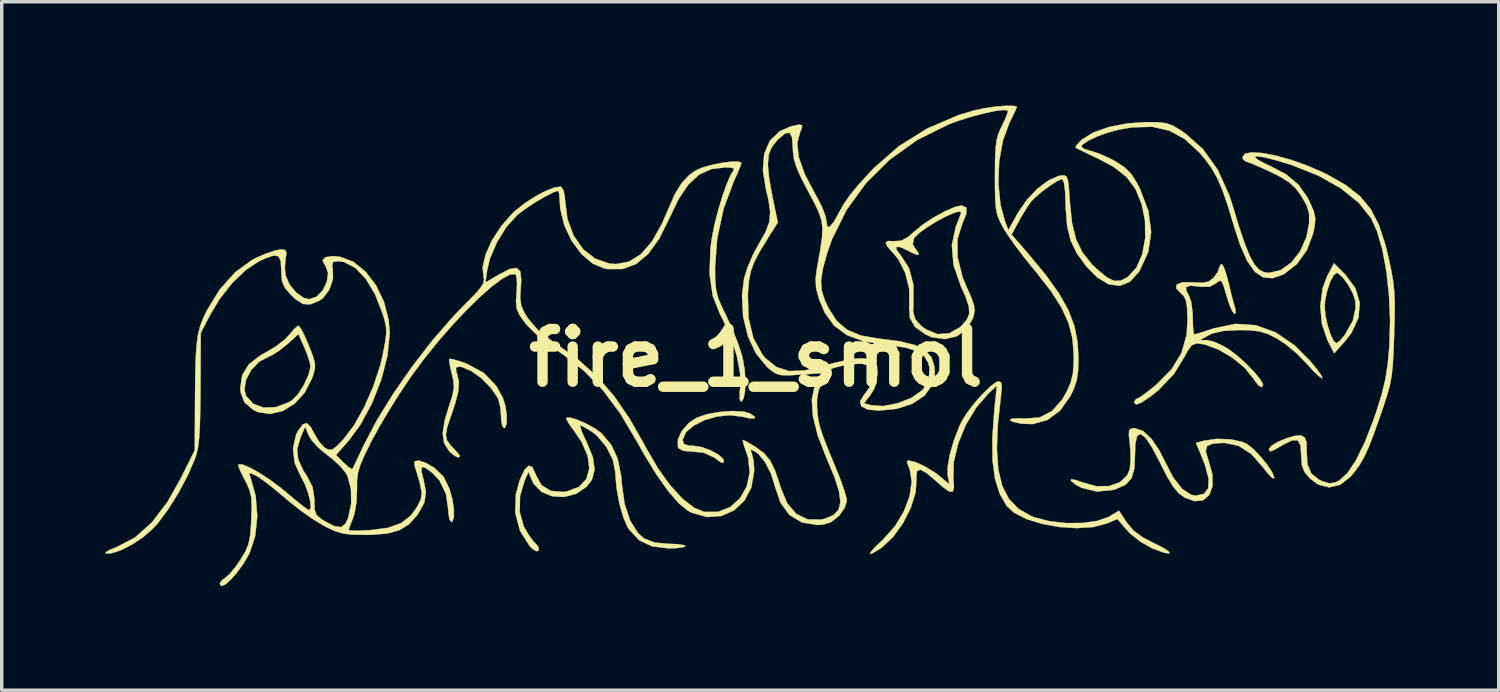
<source format=kicad_pcb>
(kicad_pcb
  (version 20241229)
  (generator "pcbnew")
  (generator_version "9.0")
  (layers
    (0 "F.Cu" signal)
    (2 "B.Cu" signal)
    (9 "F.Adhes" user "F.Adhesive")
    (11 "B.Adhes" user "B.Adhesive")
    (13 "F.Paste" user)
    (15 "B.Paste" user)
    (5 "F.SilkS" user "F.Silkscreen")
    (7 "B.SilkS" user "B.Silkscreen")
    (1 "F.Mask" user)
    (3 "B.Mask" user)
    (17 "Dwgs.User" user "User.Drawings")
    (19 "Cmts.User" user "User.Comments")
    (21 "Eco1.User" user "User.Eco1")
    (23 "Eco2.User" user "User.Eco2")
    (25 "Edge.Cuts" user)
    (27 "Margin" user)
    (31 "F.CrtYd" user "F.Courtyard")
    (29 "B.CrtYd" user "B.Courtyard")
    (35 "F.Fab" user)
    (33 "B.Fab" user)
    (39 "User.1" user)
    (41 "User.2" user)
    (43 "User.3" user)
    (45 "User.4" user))
  (footprint "fire_1_smol"
    (layer "F.Cu")
    (at 18.791 7.288)
    (property "Reference" "fire_1_smol" (at 0 0 0) (layer "F.SilkS") (effects (font (size 1.524 1.524) (thickness 0.3))))
    (attr through_hole)
    (fp_poly (pts (xy -0.362 1.552) (xy -0.174 1.606) (xy -0.036 1.701) (xy -0.048 1.749) (xy -0.195 1.745) (xy -0.406 1.698) (xy -0.755 1.656) (xy -1.129 1.695) (xy -1.49 1.8) (xy -1.8 1.955) (xy -2.022 2.145) (xy -2.116 2.355) (xy -2.117 2.378) (xy -2.082 2.489) (xy -1.949 2.534) (xy -1.809 2.54) (xy -1.579 2.576) (xy -1.325 2.667) (xy -1.099 2.787) (xy -0.956 2.91) (xy -0.931 2.97) (xy -0.948 3.037) (xy -1.02 3.017) (xy -1.182 2.9) (xy -1.208 2.879) (xy -1.514 2.739) (xy -1.815 2.709) (xy -2.092 2.687) (xy -2.234 2.615) (xy -2.258 2.575) (xy -2.259 2.36) (xy -2.144 2.112) (xy -1.943 1.882) (xy -1.722 1.732) (xy -1.422 1.629) (xy -1.057 1.562) (xy -0.684 1.535) (xy -0.362 1.552)) (stroke (width 0.01) (type solid)) (fill yes) (layer "F.SilkS"))
    (fp_poly (pts (xy 17.028 -2.4) (xy 17.315 -2.011) (xy 17.44 -1.591) (xy 17.402 -1.156) (xy 17.201 -0.722) (xy 17.027 -0.497) (xy 16.702 -0.131) (xy 16.507 -0.51) (xy 16.346 -0.98) (xy 16.302 -1.481) (xy 16.425 -1.481) (xy 16.45 -1.217) (xy 16.513 -0.93) (xy 16.599 -0.67) (xy 16.691 -0.485) (xy 16.767 -0.423) (xy 16.858 -0.486) (xy 16.99 -0.639) (xy 17.01 -0.666) (xy 17.242 -1.078) (xy 17.323 -1.459) (xy 17.306 -1.667) (xy 17.232 -1.881) (xy 17.102 -2.116) (xy 16.952 -2.32) (xy 16.818 -2.441) (xy 16.772 -2.455) (xy 16.681 -2.38) (xy 16.583 -2.188) (xy 16.496 -1.928) (xy 16.439 -1.653) (xy 16.425 -1.481) (xy 16.302 -1.481) (xy 16.3 -1.502) (xy 16.368 -2.014) (xy 16.499 -2.362) (xy 16.695 -2.733) (xy 17.028 -2.4)) (stroke (width 0.01) (type solid)) (fill yes) (layer "F.SilkS"))
    (fp_poly (pts (xy -8.771 0.037) (xy -8.57 0.095) (xy -8.354 0.171) (xy -7.865 0.435) (xy -7.499 0.817) (xy -7.311 1.161) (xy -7.239 1.4) (xy -7.203 1.656) (xy -7.205 1.878) (xy -7.246 2.013) (xy -7.281 2.032) (xy -7.334 1.957) (xy -7.364 1.769) (xy -7.366 1.688) (xy -7.389 1.417) (xy -7.447 1.19) (xy -7.461 1.159) (xy -7.662 0.864) (xy -7.931 0.592) (xy -8.224 0.381) (xy -8.496 0.265) (xy -8.587 0.254) (xy -8.67 0.283) (xy -8.659 0.401) (xy -8.63 0.48) (xy -8.584 0.697) (xy -8.602 0.965) (xy -8.691 1.319) (xy -8.812 1.675) (xy -8.922 2.002) (xy -8.962 2.221) (xy -8.93 2.381) (xy -8.822 2.529) (xy -8.763 2.59) (xy -8.622 2.74) (xy -8.553 2.834) (xy -8.551 2.84) (xy -8.602 2.882) (xy -8.73 2.815) (xy -8.875 2.683) (xy -9.012 2.462) (xy -9.051 2.176) (xy -8.993 1.798) (xy -8.871 1.397) (xy -8.771 1.088) (xy -8.73 0.867) (xy -8.741 0.668) (xy -8.789 0.46) (xy -8.844 0.222) (xy -8.867 0.063) (xy -8.862 0.028) (xy -8.771 0.037)) (stroke (width 0.01) (type solid)) (fill yes) (layer "F.SilkS"))
    (fp_poly (pts (xy -13.156 -0.859) (xy -13.055 -0.667) (xy -12.935 -0.396) (xy -12.921 -0.36) (xy -12.804 -0.059) (xy -12.746 0.143) (xy -12.743 0.303) (xy -12.787 0.477) (xy -12.826 0.59) (xy -13.037 1.003) (xy -13.329 1.323) (xy -13.673 1.534) (xy -14.038 1.62) (xy -14.397 1.565) (xy -14.52 1.506) (xy -14.777 1.289) (xy -14.889 0.997) (xy -14.895 0.921) (xy -14.78 0.921) (xy -14.731 1.103) (xy -14.522 1.329) (xy -14.225 1.437) (xy -13.874 1.423) (xy -13.503 1.285) (xy -13.402 1.224) (xy -13.233 1.052) (xy -13.063 0.785) (xy -12.93 0.496) (xy -12.871 0.253) (xy -12.871 0.244) (xy -12.903 0.089) (xy -12.986 -0.149) (xy -13.045 -0.29) (xy -13.22 -0.686) (xy -13.543 -0.394) (xy -13.772 -0.211) (xy -13.986 -0.076) (xy -14.066 -0.041) (xy -14.353 0.111) (xy -14.585 0.351) (xy -14.736 0.636) (xy -14.78 0.921) (xy -14.895 0.921) (xy -14.899 0.864) (xy -14.842 0.493) (xy -14.654 0.188) (xy -14.318 -0.073) (xy -14.158 -0.16) (xy -13.865 -0.335) (xy -13.61 -0.533) (xy -13.481 -0.669) (xy -13.34 -0.838) (xy -13.234 -0.927) (xy -13.219 -0.931) (xy -13.156 -0.859)) (stroke (width 0.01) (type solid)) (fill yes) (layer "F.SilkS"))
    (fp_poly (pts (xy 11.178 2.112) (xy 11.424 2.34) (xy 11.663 2.696) (xy 11.798 2.968) (xy 12.052 3.457) (xy 12.312 3.788) (xy 12.572 3.957) (xy 12.705 3.979) (xy 12.941 3.927) (xy 13.064 3.765) (xy 13.073 3.49) (xy 12.969 3.096) (xy 12.859 2.816) (xy 12.707 2.457) (xy 12.936 2.395) (xy 13.307 2.34) (xy 13.703 2.353) (xy 14.048 2.428) (xy 14.185 2.49) (xy 14.365 2.633) (xy 14.567 2.842) (xy 14.757 3.075) (xy 14.903 3.291) (xy 14.97 3.448) (xy 14.968 3.482) (xy 14.909 3.467) (xy 14.785 3.341) (xy 14.655 3.174) (xy 14.307 2.778) (xy 13.941 2.542) (xy 13.543 2.457) (xy 13.504 2.457) (xy 13.193 2.476) (xy 13.028 2.548) (xy 12.991 2.694) (xy 13.061 2.937) (xy 13.068 2.957) (xy 13.182 3.363) (xy 13.187 3.704) (xy 13.094 3.961) (xy 12.917 4.112) (xy 12.667 4.14) (xy 12.382 4.036) (xy 12.213 3.913) (xy 12.051 3.722) (xy 11.875 3.433) (xy 11.663 3.016) (xy 11.663 3.015) (xy 11.435 2.58) (xy 11.251 2.307) (xy 11.109 2.197) (xy 11.012 2.25) (xy 10.958 2.467) (xy 10.947 2.79) (xy 10.929 3.199) (xy 10.845 3.48) (xy 10.675 3.665) (xy 10.398 3.79) (xy 10.309 3.816) (xy 9.848 3.861) (xy 9.41 3.756) (xy 9.242 3.668) (xy 9.098 3.556) (xy 9.098 3.507) (xy 9.228 3.526) (xy 9.425 3.597) (xy 9.827 3.707) (xy 10.2 3.703) (xy 10.509 3.594) (xy 10.724 3.389) (xy 10.797 3.21) (xy 10.82 2.97) (xy 10.813 2.656) (xy 10.798 2.489) (xy 10.769 2.227) (xy 10.778 2.091) (xy 10.836 2.04) (xy 10.942 2.032) (xy 11.178 2.112)) (stroke (width 0.01) (type solid)) (fill yes) (layer "F.SilkS"))
    (fp_poly (pts (xy 6.071 -4.344) (xy 6.077 -4.169) (xy 5.962 -3.882) (xy 5.957 -3.871) (xy 5.819 -3.426) (xy 5.822 -2.909) (xy 5.963 -2.341) (xy 6.081 -2.052) (xy 6.222 -1.734) (xy 6.296 -1.518) (xy 6.313 -1.356) (xy 6.283 -1.198) (xy 6.264 -1.14) (xy 6.081 -0.824) (xy 5.796 -0.621) (xy 5.448 -0.542) (xy 5.07 -0.599) (xy 4.892 -0.678) (xy 4.592 -0.894) (xy 4.442 -1.154) (xy 4.422 -1.493) (xy 4.429 -1.545) (xy 4.424 -1.992) (xy 4.312 -2.448) (xy 4.112 -2.844) (xy 3.99 -2.994) (xy 3.8 -3.206) (xy 3.799 -3.208) (xy 4.053 -3.208) (xy 4.058 -3.123) (xy 4.165 -2.985) (xy 4.418 -2.594) (xy 4.546 -2.113) (xy 4.548 -1.658) (xy 4.537 -1.333) (xy 4.603 -1.108) (xy 4.773 -0.922) (xy 4.908 -0.822) (xy 5.24 -0.686) (xy 5.58 -0.709) (xy 5.893 -0.887) (xy 5.933 -0.925) (xy 6.087 -1.103) (xy 6.159 -1.276) (xy 6.147 -1.483) (xy 6.053 -1.764) (xy 5.916 -2.071) (xy 5.704 -2.682) (xy 5.656 -3.257) (xy 5.771 -3.795) (xy 5.793 -3.848) (xy 5.876 -4.056) (xy 5.923 -4.186) (xy 5.927 -4.201) (xy 5.863 -4.23) (xy 5.697 -4.181) (xy 5.464 -4.076) (xy 5.199 -3.932) (xy 4.94 -3.772) (xy 4.721 -3.614) (xy 4.58 -3.478) (xy 4.557 -3.444) (xy 4.527 -3.278) (xy 4.621 -3.126) (xy 4.706 -3.002) (xy 4.659 -2.974) (xy 4.491 -3.042) (xy 4.403 -3.09) (xy 4.172 -3.199) (xy 4.053 -3.208) (xy 3.799 -3.208) (xy 3.741 -3.327) (xy 3.812 -3.376) (xy 3.989 -3.371) (xy 4.189 -3.384) (xy 4.384 -3.486) (xy 4.572 -3.65) (xy 4.828 -3.858) (xy 5.143 -4.064) (xy 5.47 -4.241) (xy 5.758 -4.363) (xy 5.943 -4.403) (xy 6.071 -4.344)) (stroke (width 0.01) (type solid)) (fill yes) (layer "F.SilkS"))
    (fp_poly (pts (xy -5.168 1.787) (xy -4.917 1.895) (xy -4.671 2.029) (xy -4.479 2.166) (xy -4.46 2.183) (xy -4.179 2.518) (xy -3.997 2.914) (xy -3.897 3.411) (xy -3.877 3.65) (xy -3.796 4.222) (xy -3.637 4.702) (xy -3.41 5.062) (xy -3.234 5.218) (xy -2.92 5.337) (xy -2.519 5.372) (xy -2.257 5.383) (xy -2.081 5.41) (xy -2.032 5.438) (xy -2.109 5.473) (xy -2.308 5.497) (xy -2.519 5.503) (xy -3 5.446) (xy -3.375 5.27) (xy -3.665 4.961) (xy -3.706 4.898) (xy -3.834 4.609) (xy -3.947 4.213) (xy -4.028 3.774) (xy -4.065 3.355) (xy -4.065 3.308) (xy -4.138 2.941) (xy -4.328 2.566) (xy -4.599 2.247) (xy -4.734 2.14) (xy -4.928 2.019) (xy -5.06 1.952) (xy -5.079 1.947) (xy -5.075 2.015) (xy -5.007 2.194) (xy -4.898 2.425) (xy -4.714 2.869) (xy -4.663 3.227) (xy -4.742 3.522) (xy -4.891 3.719) (xy -5.195 3.927) (xy -5.542 4.018) (xy -5.891 3.998) (xy -6.198 3.871) (xy -6.422 3.641) (xy -6.465 3.556) (xy -6.574 3.296) (xy -6.68 3.528) (xy -6.817 3.988) (xy -6.828 4.452) (xy -6.712 4.864) (xy -6.705 4.879) (xy -6.568 5.114) (xy -6.435 5.293) (xy -6.399 5.329) (xy -6.286 5.462) (xy -6.277 5.563) (xy -6.337 5.588) (xy -6.443 5.531) (xy -6.538 5.44) (xy -6.819 4.996) (xy -6.955 4.488) (xy -6.94 3.946) (xy -6.828 3.534) (xy -6.692 3.24) (xy -6.57 3.115) (xy -6.463 3.157) (xy -6.366 3.366) (xy -6.361 3.384) (xy -6.197 3.677) (xy -5.929 3.843) (xy -5.57 3.873) (xy -5.458 3.857) (xy -5.117 3.727) (xy -4.903 3.501) (xy -4.818 3.196) (xy -4.864 2.83) (xy -5.042 2.422) (xy -5.262 2.101) (xy -5.405 1.904) (xy -5.481 1.767) (xy -5.484 1.731) (xy -5.373 1.725) (xy -5.168 1.787)) (stroke (width 0.01) (type solid)) (fill yes) (layer "F.SilkS"))
    (fp_poly (pts (xy 7.082 0.714) (xy 7.101 0.849) (xy 7.082 1.037) (xy 6.986 1.906) (xy 6.957 2.632) (xy 6.998 3.226) (xy 7.114 3.704) (xy 7.307 4.078) (xy 7.582 4.361) (xy 7.942 4.566) (xy 8.056 4.611) (xy 8.482 4.72) (xy 8.96 4.773) (xy 9.438 4.769) (xy 9.862 4.71) (xy 10.181 4.596) (xy 10.188 4.591) (xy 10.485 4.416) (xy 10.71 4.757) (xy 10.908 4.993) (xy 11.177 5.19) (xy 11.5 5.355) (xy 11.801 5.508) (xy 11.943 5.611) (xy 11.93 5.653) (xy 11.769 5.623) (xy 11.463 5.51) (xy 11.432 5.496) (xy 11.108 5.314) (xy 10.809 5.077) (xy 10.719 4.982) (xy 10.439 4.655) (xy 10.133 4.783) (xy 9.74 4.887) (xy 9.271 4.919) (xy 8.767 4.887) (xy 8.269 4.797) (xy 7.818 4.658) (xy 7.456 4.475) (xy 7.243 4.283) (xy 7.039 3.929) (xy 6.903 3.498) (xy 6.833 2.969) (xy 6.826 2.323) (xy 6.881 1.54) (xy 6.891 1.439) (xy 6.957 0.804) (xy 6.727 1.016) (xy 6.364 1.43) (xy 6.061 1.933) (xy 5.837 2.478) (xy 5.711 3.016) (xy 5.701 3.485) (xy 5.718 3.744) (xy 5.68 3.867) (xy 5.573 3.858) (xy 5.38 3.718) (xy 5.197 3.556) (xy 4.925 3.326) (xy 4.746 3.23) (xy 4.651 3.266) (xy 4.631 3.433) (xy 4.636 3.493) (xy 4.61 3.887) (xy 4.471 4.331) (xy 4.245 4.777) (xy 3.956 5.177) (xy 3.629 5.483) (xy 3.584 5.513) (xy 3.372 5.641) (xy 3.288 5.664) (xy 3.33 5.585) (xy 3.497 5.409) (xy 3.672 5.245) (xy 4.014 4.862) (xy 4.273 4.432) (xy 4.438 3.989) (xy 4.497 3.568) (xy 4.436 3.206) (xy 4.4 3.127) (xy 4.355 2.993) (xy 4.402 2.963) (xy 4.607 3.012) (xy 4.881 3.138) (xy 5.164 3.31) (xy 5.312 3.423) (xy 5.587 3.654) (xy 5.536 3.403) (xy 5.535 3.148) (xy 5.598 2.794) (xy 5.712 2.394) (xy 5.863 1.999) (xy 5.942 1.832) (xy 6.092 1.589) (xy 6.299 1.32) (xy 6.528 1.059) (xy 6.749 0.843) (xy 6.927 0.706) (xy 7.006 0.677) (xy 7.082 0.714)) (stroke (width 0.01) (type solid)) (fill yes) (layer "F.SilkS"))
    (fp_poly (pts (xy 13.508 -2.633) (xy 13.58 -2.434) (xy 13.655 -2.153) (xy 13.658 -2.138) (xy 13.732 -1.826) (xy 13.8 -1.566) (xy 13.846 -1.418) (xy 13.858 -1.297) (xy 13.821 -1.27) (xy 13.757 -1.345) (xy 13.672 -1.54) (xy 13.594 -1.785) (xy 13.513 -2.062) (xy 13.453 -2.202) (xy 13.393 -2.231) (xy 13.312 -2.176) (xy 13.288 -2.155) (xy 13.112 -2.058) (xy 12.866 -2.053) (xy 12.8 -2.062) (xy 12.535 -2.085) (xy 12.418 -2.04) (xy 12.438 -1.919) (xy 12.491 -1.833) (xy 12.569 -1.627) (xy 12.611 -1.313) (xy 12.615 -1.166) (xy 12.622 -0.904) (xy 12.641 -0.727) (xy 12.66 -0.677) (xy 12.758 -0.702) (xy 12.969 -0.768) (xy 13.227 -0.853) (xy 13.844 -0.982) (xy 14.438 -0.943) (xy 15.007 -0.737) (xy 15.555 -0.364) (xy 15.997 0.079) (xy 16.192 0.315) (xy 16.321 0.494) (xy 16.364 0.586) (xy 16.356 0.593) (xy 16.261 0.533) (xy 16.095 0.375) (xy 15.893 0.152) (xy 15.884 0.142) (xy 15.607 -0.139) (xy 15.285 -0.404) (xy 15.052 -0.557) (xy 14.781 -0.692) (xy 14.538 -0.767) (xy 14.25 -0.798) (xy 13.97 -0.803) (xy 13.51 -0.779) (xy 13.187 -0.707) (xy 13.081 -0.658) (xy 12.827 -0.515) (xy 13.045 -0.511) (xy 13.238 -0.463) (xy 13.495 -0.344) (xy 13.66 -0.246) (xy 13.897 -0.066) (xy 14.149 0.16) (xy 14.38 0.396) (xy 14.556 0.606) (xy 14.644 0.754) (xy 14.647 0.777) (xy 14.609 0.849) (xy 14.512 0.793) (xy 14.384 0.625) (xy 14.368 0.599) (xy 14.117 0.288) (xy 13.765 -0.001) (xy 13.364 -0.237) (xy 12.969 -0.385) (xy 12.734 -0.42) (xy 12.588 -0.367) (xy 12.453 -0.184) (xy 12.395 -0.064) (xy 12.076 0.461) (xy 11.62 0.939) (xy 11.396 1.115) (xy 11.138 1.288) (xy 10.987 1.349) (xy 10.925 1.304) (xy 10.922 1.27) (xy 10.98 1.188) (xy 10.997 1.185) (xy 11.095 1.134) (xy 11.282 1) (xy 11.52 0.81) (xy 11.552 0.783) (xy 11.998 0.335) (xy 12.289 -0.139) (xy 12.439 -0.668) (xy 12.465 -1.129) (xy 12.451 -1.458) (xy 12.417 -1.665) (xy 12.35 -1.793) (xy 12.268 -1.869) (xy 12.134 -2.016) (xy 12.155 -2.123) (xy 12.32 -2.182) (xy 12.617 -2.182) (xy 12.634 -2.18) (xy 12.91 -2.168) (xy 13.084 -2.209) (xy 13.216 -2.314) (xy 13.336 -2.479) (xy 13.377 -2.598) (xy 13.423 -2.7) (xy 13.453 -2.709) (xy 13.508 -2.633)) (stroke (width 0.01) (type solid)) (fill yes) (layer "F.SilkS"))
    (fp_poly (pts (xy 7.529 -7.259) (xy 7.535 -7.247) (xy 7.5 -7.159) (xy 7.409 -6.968) (xy 7.325 -6.802) (xy 7.134 -6.287) (xy 7.024 -5.681) (xy 6.999 -5.041) (xy 7.061 -4.426) (xy 7.193 -3.941) (xy 7.29 -3.691) (xy 7.569 -4.195) (xy 7.819 -4.561) (xy 8.125 -4.883) (xy 8.448 -5.126) (xy 8.75 -5.258) (xy 8.814 -5.269) (xy 8.908 -5.272) (xy 8.97 -5.237) (xy 9.01 -5.131) (xy 9.036 -4.924) (xy 9.06 -4.587) (xy 9.066 -4.487) (xy 9.128 -3.895) (xy 9.245 -3.426) (xy 9.432 -3.041) (xy 9.708 -2.697) (xy 9.849 -2.561) (xy 10.13 -2.329) (xy 10.349 -2.223) (xy 10.546 -2.233) (xy 10.743 -2.34) (xy 10.988 -2.607) (xy 11.157 -2.991) (xy 11.242 -3.454) (xy 11.236 -3.957) (xy 11.141 -4.435) (xy 10.962 -4.876) (xy 10.702 -5.226) (xy 10.331 -5.517) (xy 9.915 -5.739) (xy 9.616 -5.881) (xy 9.379 -5.996) (xy 9.244 -6.066) (xy 9.229 -6.076) (xy 9.258 -6.147) (xy 9.383 -6.278) (xy 9.422 -6.313) (xy 9.754 -6.515) (xy 10.208 -6.673) (xy 10.743 -6.775) (xy 11.273 -6.81) (xy 11.614 -6.806) (xy 11.85 -6.778) (xy 12.046 -6.707) (xy 12.267 -6.574) (xy 12.395 -6.487) (xy 12.913 -6.028) (xy 13.339 -5.43) (xy 13.671 -4.698) (xy 13.763 -4.414) (xy 13.955 -3.782) (xy 14.118 -3.297) (xy 14.263 -2.942) (xy 14.398 -2.698) (xy 14.533 -2.548) (xy 14.678 -2.473) (xy 14.817 -2.455) (xy 15.155 -2.535) (xy 15.464 -2.754) (xy 15.721 -3.084) (xy 15.901 -3.494) (xy 15.977 -3.888) (xy 15.977 -4.161) (xy 15.911 -4.396) (xy 15.755 -4.672) (xy 15.588 -4.899) (xy 15.394 -5.076) (xy 15.124 -5.242) (xy 14.865 -5.371) (xy 14.561 -5.51) (xy 14.313 -5.616) (xy 14.162 -5.669) (xy 14.142 -5.673) (xy 14.065 -5.741) (xy 14.055 -5.8) (xy 14.128 -5.9) (xy 14.33 -5.937) (xy 14.636 -5.916) (xy 15.019 -5.842) (xy 15.454 -5.721) (xy 15.915 -5.557) (xy 16.378 -5.357) (xy 16.507 -5.293) (xy 17.037 -4.992) (xy 17.444 -4.673) (xy 17.753 -4.304) (xy 17.989 -3.85) (xy 18.177 -3.278) (xy 18.262 -2.934) (xy 18.346 -2.547) (xy 18.403 -2.223) (xy 18.436 -1.916) (xy 18.45 -1.578) (xy 18.447 -1.162) (xy 18.434 -0.677) (xy 18.415 -0.166) (xy 18.393 0.221) (xy 18.359 0.53) (xy 18.306 0.806) (xy 18.226 1.095) (xy 18.112 1.443) (xy 18.052 1.616) (xy 17.867 2.142) (xy 17.715 2.538) (xy 17.581 2.838) (xy 17.448 3.074) (xy 17.302 3.279) (xy 17.177 3.428) (xy 16.878 3.666) (xy 16.554 3.742) (xy 16.23 3.655) (xy 15.995 3.478) (xy 15.84 3.292) (xy 15.767 3.095) (xy 15.748 2.81) (xy 15.748 2.801) (xy 15.726 2.519) (xy 15.646 2.383) (xy 15.487 2.382) (xy 15.228 2.508) (xy 15.174 2.54) (xy 14.961 2.664) (xy 14.854 2.702) (xy 14.819 2.664) (xy 14.817 2.632) (xy 14.89 2.539) (xy 15.072 2.429) (xy 15.309 2.327) (xy 15.544 2.256) (xy 15.722 2.238) (xy 15.747 2.243) (xy 15.854 2.306) (xy 15.901 2.435) (xy 15.906 2.68) (xy 15.906 2.697) (xy 15.93 3.081) (xy 16.045 3.345) (xy 16.267 3.522) (xy 16.349 3.559) (xy 16.565 3.626) (xy 16.737 3.598) (xy 16.839 3.547) (xy 17.077 3.336) (xy 17.326 2.965) (xy 17.582 2.445) (xy 17.84 1.783) (xy 17.905 1.593) (xy 18.07 1.069) (xy 18.179 0.62) (xy 18.249 0.166) (xy 18.294 -0.337) (xy 18.316 -1.062) (xy 18.286 -1.791) (xy 18.211 -2.49) (xy 18.094 -3.123) (xy 17.94 -3.656) (xy 17.768 -4.033) (xy 17.409 -4.482) (xy 16.899 -4.895) (xy 16.256 -5.259) (xy 15.494 -5.564) (xy 15.416 -5.589) (xy 14.986 -5.718) (xy 14.669 -5.797) (xy 14.472 -5.825) (xy 14.405 -5.803) (xy 14.479 -5.733) (xy 14.702 -5.614) (xy 14.843 -5.549) (xy 15.318 -5.298) (xy 15.665 -5.008) (xy 15.923 -4.644) (xy 15.998 -4.496) (xy 16.111 -4.234) (xy 16.155 -4.035) (xy 16.139 -3.816) (xy 16.093 -3.594) (xy 15.915 -3.116) (xy 15.624 -2.71) (xy 15.253 -2.42) (xy 15.232 -2.409) (xy 14.922 -2.301) (xy 14.651 -2.324) (xy 14.409 -2.487) (xy 14.189 -2.797) (xy 13.983 -3.261) (xy 13.805 -3.81) (xy 13.629 -4.393) (xy 13.473 -4.844) (xy 13.319 -5.2) (xy 13.151 -5.494) (xy 12.954 -5.76) (xy 12.815 -5.923) (xy 12.391 -6.316) (xy 11.944 -6.564) (xy 11.445 -6.676) (xy 10.867 -6.659) (xy 10.482 -6.594) (xy 10.16 -6.507) (xy 9.85 -6.394) (xy 9.594 -6.273) (xy 9.432 -6.162) (xy 9.398 -6.104) (xy 9.472 -6.04) (xy 9.651 -5.982) (xy 9.673 -5.978) (xy 9.902 -5.905) (xy 10.194 -5.776) (xy 10.387 -5.674) (xy 10.65 -5.502) (xy 10.84 -5.312) (xy 11.007 -5.046) (xy 11.09 -4.884) (xy 11.334 -4.24) (xy 11.414 -3.632) (xy 11.329 -3.058) (xy 11.079 -2.514) (xy 11.057 -2.479) (xy 10.801 -2.2) (xy 10.508 -2.082) (xy 10.188 -2.125) (xy 9.85 -2.327) (xy 9.541 -2.642) (xy 9.265 -3.021) (xy 9.087 -3.39) (xy 8.987 -3.804) (xy 8.946 -4.318) (xy 8.944 -4.422) (xy 8.927 -4.818) (xy 8.893 -5.069) (xy 8.844 -5.164) (xy 8.839 -5.165) (xy 8.711 -5.114) (xy 8.507 -4.985) (xy 8.275 -4.815) (xy 8.066 -4.638) (xy 7.951 -4.521) (xy 7.833 -4.354) (xy 7.681 -4.107) (xy 7.599 -3.962) (xy 7.382 -3.563) (xy 7.88 -2.988) (xy 8.378 -2.385) (xy 8.755 -1.857) (xy 9.024 -1.377) (xy 9.197 -0.918) (xy 9.289 -0.451) (xy 9.313 -0.009) (xy 9.303 0.371) (xy 9.263 0.652) (xy 9.178 0.902) (xy 9.078 1.108) (xy 8.784 1.523) (xy 8.417 1.794) (xy 7.991 1.913) (xy 7.673 1.902) (xy 7.421 1.848) (xy 7.33 1.795) (xy 7.391 1.756) (xy 7.594 1.745) (xy 7.766 1.755) (xy 8.188 1.723) (xy 8.546 1.54) (xy 8.846 1.2) (xy 8.975 0.974) (xy 9.091 0.706) (xy 9.154 0.446) (xy 9.177 0.125) (xy 9.177 -0.105) (xy 9.139 -0.569) (xy 9.027 -1.005) (xy 8.828 -1.444) (xy 8.526 -1.918) (xy 8.107 -2.459) (xy 8.015 -2.569) (xy 7.732 -2.919) (xy 7.464 -3.273) (xy 7.247 -3.584) (xy 7.142 -3.754) (xy 7.041 -3.947) (xy 6.973 -4.117) (xy 6.931 -4.306) (xy 6.91 -4.553) (xy 6.902 -4.9) (xy 6.901 -5.249) (xy 6.904 -5.706) (xy 6.918 -6.034) (xy 6.946 -6.272) (xy 6.996 -6.462) (xy 7.073 -6.643) (xy 7.106 -6.709) (xy 7.214 -6.939) (xy 7.273 -7.1) (xy 7.275 -7.145) (xy 7.155 -7.162) (xy 6.914 -7.133) (xy 6.59 -7.064) (xy 6.221 -6.967) (xy 5.846 -6.849) (xy 5.552 -6.74) (xy 4.659 -6.296) (xy 3.863 -5.727) (xy 3.177 -5.048) (xy 2.616 -4.276) (xy 2.193 -3.424) (xy 2.044 -2.993) (xy 1.926 -2.557) (xy 1.877 -2.225) (xy 1.897 -1.943) (xy 1.989 -1.659) (xy 2.095 -1.433) (xy 2.332 -1.067) (xy 2.629 -0.812) (xy 3.019 -0.648) (xy 3.536 -0.556) (xy 3.591 -0.551) (xy 4.169 -0.476) (xy 4.596 -0.369) (xy 4.891 -0.218) (xy 5.071 -0.011) (xy 5.154 0.262) (xy 5.165 0.443) (xy 5.086 0.796) (xy 4.863 1.094) (xy 4.518 1.324) (xy 4.069 1.472) (xy 3.545 1.524) (xy 3.221 1.491) (xy 3.038 1.397) (xy 3.005 1.251) (xy 3.115 1.077) (xy 3.28 0.85) (xy 3.383 0.646) (xy 3.424 0.399) (xy 3.324 0.242) (xy 3.079 0.174) (xy 2.974 0.17) (xy 2.736 0.187) (xy 2.479 0.23) (xy 2.251 0.288) (xy 2.097 0.348) (xy 2.064 0.399) (xy 2.051 0.491) (xy 1.959 0.659) (xy 1.927 0.705) (xy 1.807 0.93) (xy 1.761 1.195) (xy 1.762 1.416) (xy 1.776 1.628) (xy 1.805 1.825) (xy 1.859 2.039) (xy 1.949 2.303) (xy 2.084 2.65) (xy 2.276 3.113) (xy 2.32 3.217) (xy 2.455 3.559) (xy 2.559 3.862) (xy 2.617 4.079) (xy 2.623 4.134) (xy 2.566 4.318) (xy 2.423 4.529) (xy 2.377 4.579) (xy 2.159 4.751) (xy 1.919 4.819) (xy 1.763 4.826) (xy 1.319 4.753) (xy 0.965 4.538) (xy 0.706 4.185) (xy 0.55 3.725) (xy 0.432 3.346) (xy 0.259 3.01) (xy 0.062 2.771) (xy -0.005 2.722) (xy -0.136 2.652) (xy -0.154 2.686) (xy -0.121 2.764) (xy -0.076 2.948) (xy -0.055 3.207) (xy -0.055 3.272) (xy -0.135 3.742) (xy -0.337 4.126) (xy -0.636 4.406) (xy -1.004 4.569) (xy -1.417 4.598) (xy -1.848 4.478) (xy -1.972 4.414) (xy -2.231 4.203) (xy -2.536 3.852) (xy -2.873 3.377) (xy -3.23 2.795) (xy -3.434 2.431) (xy -3.917 1.617) (xy -4.418 0.943) (xy -4.961 0.382) (xy -5.572 -0.095) (xy -5.658 -0.153) (xy -6.029 -0.418) (xy -6.364 -0.695) (xy -6.616 -0.943) (xy -6.675 -1.014) (xy -6.839 -1.246) (xy -6.918 -1.431) (xy -6.935 -1.645) (xy -6.918 -1.882) (xy -6.906 -2.153) (xy -6.921 -2.349) (xy -6.948 -2.416) (xy -7.095 -2.413) (xy -7.328 -2.29) (xy -7.63 -2.064) (xy -7.984 -1.752) (xy -8.375 -1.369) (xy -8.786 -0.931) (xy -9.2 -0.455) (xy -9.601 0.043) (xy -9.972 0.547) (xy -9.978 0.555) (xy -10.283 1.009) (xy -10.596 1.507) (xy -10.882 1.989) (xy -11.105 2.398) (xy -11.113 2.413) (xy -11.304 2.799) (xy -11.427 3.081) (xy -11.496 3.306) (xy -11.526 3.518) (xy -11.528 3.762) (xy -11.528 3.791) (xy -11.544 4.174) (xy -11.603 4.51) (xy -11.642 4.627) (xy -11.723 4.832) (xy -11.766 4.961) (xy -11.769 4.974) (xy -11.691 4.99) (xy -11.486 4.992) (xy -11.196 4.981) (xy -11.143 4.977) (xy -10.633 4.91) (xy -10.251 4.772) (xy -9.966 4.548) (xy -9.792 4.304) (xy -9.683 4.083) (xy -9.657 3.897) (xy -9.705 3.653) (xy -9.711 3.627) (xy -9.785 3.366) (xy -9.851 3.157) (xy -9.867 3.111) (xy -9.866 2.992) (xy -9.751 2.965) (xy -9.551 3.028) (xy -9.3 3.172) (xy -9.027 3.434) (xy -8.857 3.78) (xy -8.772 4.091) (xy -8.729 4.381) (xy -8.73 4.609) (xy -8.776 4.731) (xy -8.805 4.741) (xy -8.858 4.666) (xy -8.888 4.478) (xy -8.89 4.4) (xy -8.957 3.936) (xy -9.145 3.541) (xy -9.357 3.316) (xy -9.56 3.173) (xy -9.659 3.158) (xy -9.666 3.279) (xy -9.608 3.507) (xy -9.536 3.874) (xy -9.582 4.182) (xy -9.758 4.5) (xy -9.795 4.551) (xy -10.029 4.809) (xy -10.301 4.978) (xy -10.65 5.074) (xy -11.115 5.112) (xy -11.261 5.114) (xy -11.638 5.108) (xy -11.91 5.079) (xy -12.142 5.013) (xy -12.398 4.896) (xy -12.488 4.849) (xy -12.796 4.663) (xy -13.158 4.408) (xy -13.509 4.131) (xy -13.589 4.062) (xy -13.882 3.814) (xy -14.156 3.598) (xy -14.368 3.448) (xy -14.427 3.413) (xy -14.59 3.334) (xy -14.639 3.342) (xy -14.608 3.442) (xy -14.456 3.986) (xy -14.409 4.572) (xy -14.467 5.141) (xy -14.629 5.637) (xy -14.642 5.663) (xy -14.807 5.945) (xy -14.994 6.202) (xy -15.179 6.412) (xy -15.339 6.551) (xy -15.452 6.595) (xy -15.494 6.522) (xy -15.428 6.421) (xy -15.335 6.356) (xy -15.205 6.241) (xy -15.033 6.031) (xy -14.895 5.832) (xy -14.753 5.594) (xy -14.665 5.382) (xy -14.615 5.139) (xy -14.588 4.805) (xy -14.581 4.665) (xy -14.57 4.293) (xy -14.582 4.034) (xy -14.629 3.83) (xy -14.717 3.625) (xy -14.77 3.524) (xy -14.887 3.292) (xy -14.953 3.128) (xy -14.959 3.077) (xy -14.847 3.076) (xy -14.636 3.162) (xy -14.357 3.317) (xy -14.042 3.522) (xy -13.725 3.758) (xy -13.572 3.885) (xy -13.304 4.11) (xy -13.084 4.286) (xy -12.942 4.387) (xy -12.909 4.403) (xy -12.864 4.333) (xy -12.877 4.156) (xy -12.935 3.917) (xy -13.027 3.663) (xy -13.142 3.441) (xy -13.156 3.419) (xy -13.331 3.032) (xy -13.374 2.633) (xy -13.255 2.633) (xy -13.228 2.929) (xy -13.078 3.255) (xy -12.975 3.414) (xy -12.81 3.731) (xy -12.759 4.075) (xy -12.759 4.138) (xy -12.751 4.389) (xy -12.694 4.541) (xy -12.552 4.661) (xy -12.457 4.72) (xy -12.176 4.864) (xy -11.989 4.889) (xy -11.862 4.792) (xy -11.786 4.629) (xy -11.696 4.219) (xy -11.702 3.795) (xy -11.799 3.425) (xy -11.847 3.332) (xy -12.013 3.129) (xy -12.256 2.906) (xy -12.405 2.793) (xy -12.65 2.591) (xy -12.845 2.371) (xy -12.914 2.255) (xy -13.027 1.99) (xy -13.166 2.319) (xy -13.255 2.633) (xy -13.374 2.633) (xy -13.376 2.612) (xy -13.287 2.216) (xy -13.232 2.109) (xy -13.092 1.919) (xy -12.972 1.887) (xy -12.853 2.015) (xy -12.766 2.182) (xy -12.628 2.414) (xy -12.472 2.587) (xy -12.441 2.609) (xy -12.329 2.66) (xy -12.225 2.639) (xy -12.086 2.526) (xy -11.923 2.355) (xy -11.614 1.948) (xy -11.318 1.422) (xy -11.058 0.828) (xy -10.857 0.217) (xy -10.785 -0.085) (xy -10.716 -0.442) (xy -10.684 -0.691) (xy -10.688 -0.887) (xy -10.73 -1.086) (xy -10.787 -1.277) (xy -11.008 -1.838) (xy -11.275 -2.284) (xy -11.576 -2.599) (xy -11.897 -2.768) (xy -12.079 -2.794) (xy -12.222 -2.769) (xy -12.244 -2.66) (xy -12.228 -2.587) (xy -12.222 -2.28) (xy -12.327 -1.969) (xy -12.513 -1.723) (xy -12.618 -1.65) (xy -12.878 -1.545) (xy -13.087 -1.556) (xy -13.3 -1.692) (xy -13.428 -1.812) (xy -13.606 -2.014) (xy -13.691 -2.203) (xy -13.715 -2.461) (xy -13.716 -2.532) (xy -13.732 -2.797) (xy -13.796 -2.936) (xy -13.937 -2.958) (xy -14.18 -2.873) (xy -14.358 -2.79) (xy -14.742 -2.537) (xy -15.134 -2.159) (xy -15.498 -1.697) (xy -15.761 -1.26) (xy -16.042 -0.72) (xy -16.049 0.889) (xy -16.055 1.502) (xy -16.068 1.973) (xy -16.09 2.327) (xy -16.122 2.593) (xy -16.168 2.797) (xy -16.197 2.885) (xy -16.403 3.368) (xy -16.674 3.88) (xy -16.977 4.367) (xy -17.279 4.773) (xy -17.417 4.927) (xy -17.704 5.177) (xy -18.033 5.396) (xy -18.359 5.562) (xy -18.638 5.65) (xy -18.781 5.653) (xy -18.786 5.614) (xy -18.659 5.539) (xy -18.457 5.458) (xy -17.938 5.187) (xy -17.453 4.754) (xy -17 4.157) (xy -16.637 3.514) (xy -16.214 2.667) (xy -16.207 1.143) (xy -16.201 0.515) (xy -16.188 0.026) (xy -16.164 -0.352) (xy -16.125 -0.649) (xy -16.066 -0.895) (xy -15.984 -1.119) (xy -15.875 -1.351) (xy -15.873 -1.355) (xy -15.495 -1.973) (xy -15.049 -2.472) (xy -14.557 -2.83) (xy -14.441 -2.89) (xy -14.146 -3.016) (xy -13.885 -3.103) (xy -13.73 -3.133) (xy -13.597 -3.113) (xy -13.565 -3.019) (xy -13.589 -2.879) (xy -13.613 -2.607) (xy -13.593 -2.388) (xy -13.48 -2.124) (xy -13.288 -1.889) (xy -13.065 -1.731) (xy -12.914 -1.693) (xy -12.696 -1.766) (xy -12.516 -1.952) (xy -12.398 -2.197) (xy -12.364 -2.452) (xy -12.439 -2.665) (xy -12.463 -2.692) (xy -12.525 -2.819) (xy -12.445 -2.905) (xy -12.248 -2.94) (xy -12.021 -2.921) (xy -11.631 -2.774) (xy -11.277 -2.488) (xy -10.976 -2.092) (xy -10.748 -1.617) (xy -10.613 -1.091) (xy -10.583 -0.71) (xy -10.647 -0.07) (xy -10.823 0.62) (xy -11.091 1.306) (xy -11.43 1.934) (xy -11.776 2.401) (xy -12.133 2.807) (xy -11.911 3.029) (xy -11.762 3.163) (xy -11.671 3.216) (xy -11.663 3.213) (xy -11.618 3.124) (xy -11.52 2.92) (xy -11.388 2.639) (xy -11.343 2.543) (xy -10.965 1.82) (xy -10.484 1.04) (xy -9.931 0.246) (xy -9.34 -0.517) (xy -8.742 -1.203) (xy -8.439 -1.515) (xy -8.148 -1.809) (xy -7.966 -2.016) (xy -7.875 -2.161) (xy -7.857 -2.27) (xy -7.868 -2.315) (xy -7.899 -2.616) (xy -7.813 -2.988) (xy -7.629 -3.396) (xy -7.361 -3.807) (xy -7.026 -4.186) (xy -6.977 -4.232) (xy -6.707 -4.449) (xy -6.398 -4.651) (xy -6.091 -4.816) (xy -5.827 -4.921) (xy -5.648 -4.946) (xy -5.63 -4.941) (xy -5.56 -4.838) (xy -5.521 -4.632) (xy -5.519 -4.575) (xy -5.45 -4.017) (xy -5.271 -3.532) (xy -4.998 -3.141) (xy -4.647 -2.865) (xy -4.236 -2.724) (xy -4.054 -2.71) (xy -3.675 -2.778) (xy -3.331 -2.99) (xy -3.015 -3.351) (xy -2.72 -3.87) (xy -2.545 -4.276) (xy -2.347 -4.725) (xy -2.151 -5.047) (xy -1.93 -5.281) (xy -1.745 -5.413) (xy -1.556 -5.496) (xy -1.294 -5.571) (xy -1.004 -5.631) (xy -0.733 -5.667) (xy -0.525 -5.673) (xy -0.426 -5.64) (xy -0.423 -5.629) (xy -0.457 -5.522) (xy -0.545 -5.313) (xy -0.64 -5.105) (xy -0.934 -4.32) (xy -1.121 -3.461) (xy -1.185 -2.609) (xy -1.18 -2.233) (xy -1.154 -1.958) (xy -1.09 -1.717) (xy -0.973 -1.442) (xy -0.846 -1.183) (xy -0.669 -0.798) (xy -0.51 -0.391) (xy -0.398 -0.04) (xy -0.384 0.016) (xy -0.329 0.341) (xy -0.308 0.67) (xy -0.319 0.963) (xy -0.36 1.176) (xy -0.428 1.269) (xy -0.438 1.27) (xy -0.472 1.195) (xy -0.473 1.001) (xy -0.458 0.853) (xy -0.462 0.436) (xy -0.558 -0.067) (xy -0.734 -0.609) (xy -0.977 -1.143) (xy -1.034 -1.246) (xy -1.25 -1.784) (xy -1.344 -2.418) (xy -1.317 -3.16) (xy -1.278 -3.457) (xy -1.204 -3.834) (xy -1.099 -4.249) (xy -0.976 -4.659) (xy -0.849 -5.019) (xy -0.732 -5.286) (xy -0.668 -5.387) (xy -0.634 -5.464) (xy -0.72 -5.497) (xy -0.881 -5.503) (xy -1.293 -5.453) (xy -1.646 -5.293) (xy -1.956 -5.007) (xy -2.241 -4.581) (xy -2.494 -4.055) (xy -2.795 -3.447) (xy -3.116 -3.001) (xy -3.466 -2.71) (xy -3.854 -2.567) (xy -4.289 -2.565) (xy -4.368 -2.578) (xy -4.72 -2.724) (xy -5.048 -3.004) (xy -5.328 -3.383) (xy -5.539 -3.828) (xy -5.656 -4.302) (xy -5.673 -4.545) (xy -5.685 -4.735) (xy -5.714 -4.825) (xy -5.718 -4.826) (xy -5.856 -4.781) (xy -6.086 -4.664) (xy -6.361 -4.503) (xy -6.636 -4.324) (xy -6.865 -4.155) (xy -6.903 -4.123) (xy -7.213 -3.779) (xy -7.486 -3.338) (xy -7.687 -2.869) (xy -7.767 -2.535) (xy -7.815 -2.179) (xy -7.42 -2.411) (xy -7.114 -2.567) (xy -6.916 -2.599) (xy -6.811 -2.497) (xy -6.783 -2.252) (xy -6.796 -2.034) (xy -6.813 -1.726) (xy -6.783 -1.507) (xy -6.69 -1.299) (xy -6.607 -1.162) (xy -6.327 -0.832) (xy -5.897 -0.487) (xy -5.748 -0.386) (xy -5.124 0.062) (xy -4.585 0.547) (xy -4.103 1.101) (xy -3.653 1.756) (xy -3.205 2.544) (xy -3.167 2.618) (xy -2.835 3.19) (xy -2.482 3.679) (xy -2.128 4.066) (xy -1.789 4.33) (xy -1.497 4.449) (xy -1.095 4.448) (xy -0.743 4.307) (xy -0.462 4.054) (xy -0.269 3.715) (xy -0.185 3.319) (xy -0.226 2.892) (xy -0.285 2.712) (xy -0.359 2.506) (xy -0.385 2.385) (xy -0.379 2.371) (xy -0.287 2.412) (xy -0.106 2.517) (xy -0.001 2.582) (xy 0.23 2.754) (xy 0.404 2.962) (xy 0.546 3.247) (xy 0.683 3.649) (xy 0.712 3.75) (xy 0.902 4.202) (xy 1.166 4.51) (xy 1.496 4.668) (xy 1.883 4.67) (xy 1.99 4.646) (xy 2.234 4.544) (xy 2.383 4.39) (xy 2.437 4.164) (xy 2.395 3.85) (xy 2.26 3.43) (xy 2.035 2.896) (xy 1.784 2.251) (xy 1.642 1.681) (xy 1.611 1.2) (xy 1.694 0.823) (xy 1.766 0.694) (xy 1.947 0.439) (xy 1.286 0.485) (xy 0.95 0.504) (xy 0.732 0.499) (xy 0.58 0.458) (xy 0.442 0.368) (xy 0.323 0.266) (xy 0.001 -0.121) (xy -0.235 -0.62) (xy -0.374 -1.192) (xy -0.406 -1.798) (xy -0.399 -1.859) (xy -0.237 -1.859) (xy -0.219 -1.162) (xy -0.078 -0.572) (xy 0.183 -0.096) (xy 0.273 0.011) (xy 0.589 0.265) (xy 0.956 0.382) (xy 1.399 0.364) (xy 1.693 0.298) (xy 2.224 0.155) (xy 2.621 0.063) (xy 2.913 0.019) (xy 3.126 0.017) (xy 3.279 0.05) (xy 3.431 0.127) (xy 3.496 0.25) (xy 3.507 0.48) (xy 3.427 0.866) (xy 3.309 1.068) (xy 3.118 1.311) (xy 3.316 1.367) (xy 3.67 1.393) (xy 4.099 1.308) (xy 4.487 1.156) (xy 4.811 0.928) (xy 4.989 0.634) (xy 5.012 0.294) (xy 4.973 0.142) (xy 4.857 -0.051) (xy 4.646 -0.193) (xy 4.318 -0.296) (xy 3.85 -0.367) (xy 3.725 -0.38) (xy 3.106 -0.48) (xy 2.623 -0.658) (xy 2.256 -0.929) (xy 1.984 -1.306) (xy 1.819 -1.699) (xy 1.735 -2.009) (xy 1.719 -2.284) (xy 1.763 -2.611) (xy 1.852 -3.099) (xy 1.905 -3.462) (xy 1.919 -3.741) (xy 1.889 -3.978) (xy 1.809 -4.214) (xy 1.676 -4.491) (xy 1.514 -4.794) (xy 1.306 -5.192) (xy 1.173 -5.489) (xy 1.098 -5.728) (xy 1.067 -5.951) (xy 1.062 -6.072) (xy 1.039 -6.368) (xy 0.968 -6.504) (xy 0.838 -6.483) (xy 0.636 -6.311) (xy 0.584 -6.256) (xy 0.445 -6.072) (xy 0.364 -5.859) (xy 0.341 -5.587) (xy 0.373 -5.224) (xy 0.458 -4.738) (xy 0.483 -4.612) (xy 0.628 -3.91) (xy 0.343 -3.458) (xy 0.105 -3.068) (xy -0.054 -2.766) (xy -0.151 -2.502) (xy -0.206 -2.224) (xy -0.235 -1.884) (xy -0.237 -1.859) (xy -0.399 -1.859) (xy -0.346 -2.292) (xy -0.249 -2.609) (xy -0.089 -2.98) (xy 0.087 -3.306) (xy 0.281 -3.649) (xy 0.385 -3.934) (xy 0.408 -4.221) (xy 0.358 -4.568) (xy 0.288 -4.856) (xy 0.197 -5.422) (xy 0.236 -5.899) (xy 0.401 -6.278) (xy 0.691 -6.551) (xy 1.006 -6.687) (xy 1.238 -6.739) (xy 1.334 -6.717) (xy 1.315 -6.608) (xy 1.277 -6.532) (xy 1.189 -6.207) (xy 1.233 -5.798) (xy 1.41 -5.3) (xy 1.722 -4.708) (xy 1.752 -4.657) (xy 1.901 -4.372) (xy 2.002 -4.108) (xy 2.032 -3.953) (xy 2.057 -3.79) (xy 2.133 -3.788) (xy 2.256 -3.945) (xy 2.383 -4.176) (xy 2.531 -4.439) (xy 2.708 -4.697) (xy 2.944 -4.984) (xy 3.265 -5.336) (xy 3.415 -5.493) (xy 4.124 -6.114) (xy 4.946 -6.626) (xy 5.852 -7.014) (xy 6.306 -7.15) (xy 6.593 -7.211) (xy 6.904 -7.256) (xy 7.193 -7.281) (xy 7.416 -7.283) (xy 7.529 -7.259)) (stroke (width 0.01) (type solid)) (fill yes) (layer "F.SilkS")))
  (gr_rect
    (start -3 -3)
    (end 40.246 16.888)
    (stroke (width 0.1) (type default))
    (fill no)
    (layer "Edge.Cuts")))
</source>
